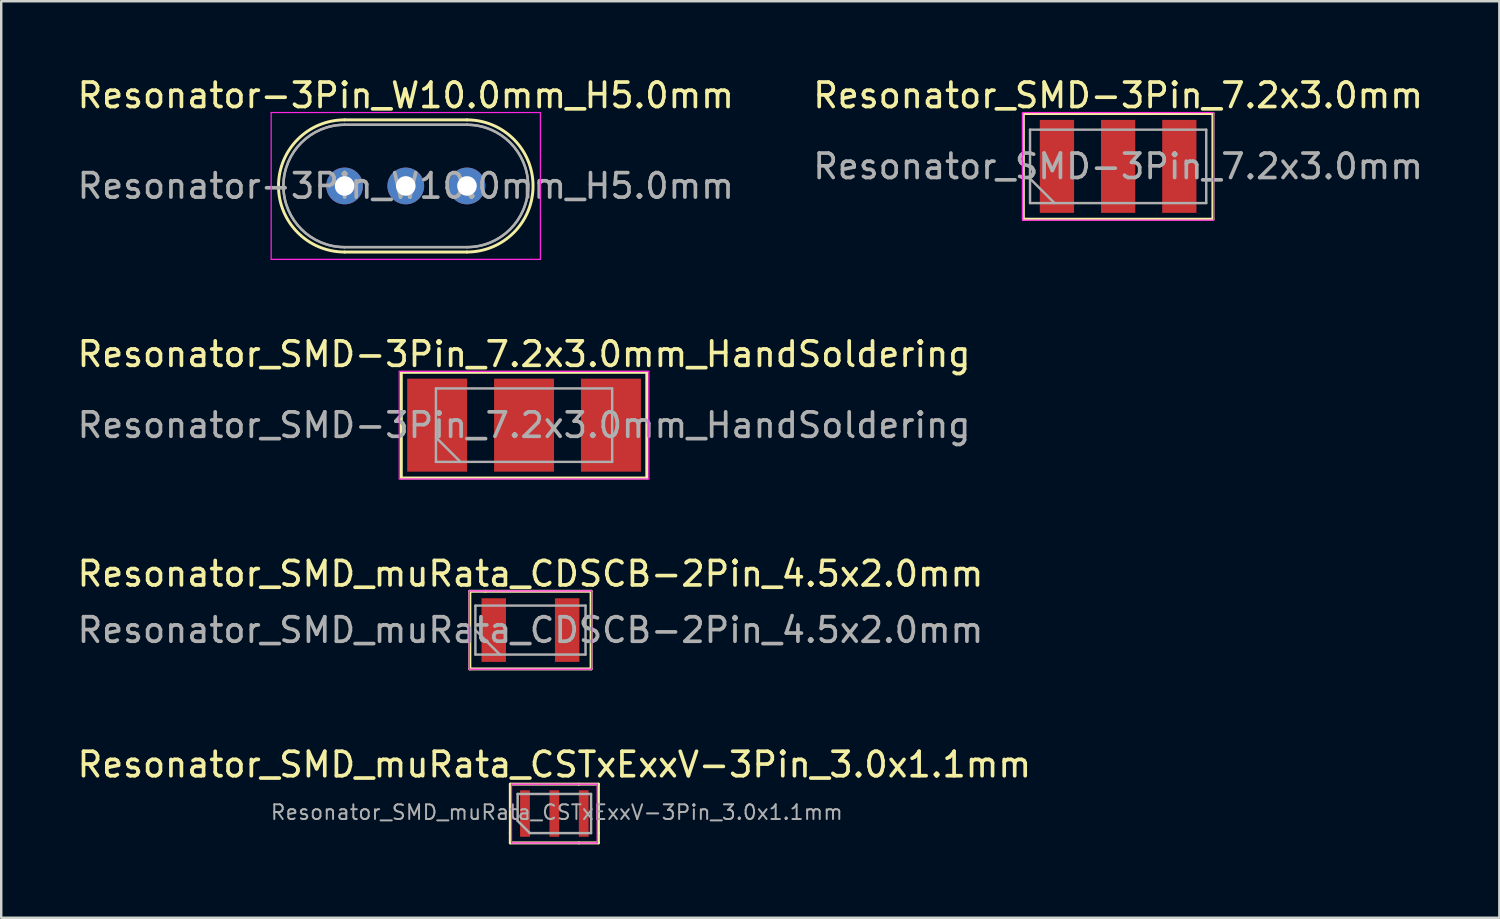
<source format=kicad_pcb>
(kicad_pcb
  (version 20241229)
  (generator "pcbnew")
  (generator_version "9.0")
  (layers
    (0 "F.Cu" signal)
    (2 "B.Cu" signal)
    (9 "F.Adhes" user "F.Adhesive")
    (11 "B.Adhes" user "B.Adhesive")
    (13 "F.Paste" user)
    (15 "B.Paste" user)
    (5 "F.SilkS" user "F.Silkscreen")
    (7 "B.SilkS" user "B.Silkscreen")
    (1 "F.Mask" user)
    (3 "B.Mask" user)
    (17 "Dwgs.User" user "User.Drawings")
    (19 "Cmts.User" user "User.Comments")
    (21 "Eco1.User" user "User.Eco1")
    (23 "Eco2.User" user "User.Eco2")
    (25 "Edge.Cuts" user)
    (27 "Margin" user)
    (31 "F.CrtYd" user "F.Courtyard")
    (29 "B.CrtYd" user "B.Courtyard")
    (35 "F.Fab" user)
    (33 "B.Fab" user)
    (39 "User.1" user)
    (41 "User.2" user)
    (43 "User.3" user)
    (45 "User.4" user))
  (footprint "Resonator_SMD_muRata_CSTxExxV-3Pin_3.0x1.1mm"
    (layer "F.Cu")
    (at 19.601 30.191)
    (property "Reference" "Resonator_SMD_muRata_CSTxExxV-3Pin_3.0x1.1mm" (at 0 -2 0) (layer "F.SilkS") (effects (font (size 1 1) (thickness 0.15))))
    (attr smd)
    (fp_line (start -1.8 -1.2) (end 1 -1.2) (stroke (width 0.12) (type solid)) (layer "F.SilkS"))
    (fp_line (start -1.8 0.8) (end -1.8 -1.2) (stroke (width 0.12) (type solid)) (layer "F.SilkS"))
    (fp_line (start -1.8 0.8) (end -1.8 1.2) (stroke (width 0.12) (type solid)) (layer "F.SilkS"))
    (fp_line (start 1 -1.2) (end 1.8 -1.2) (stroke (width 0.12) (type solid)) (layer "F.SilkS"))
    (fp_line (start 1 1.2) (end -1.8 1.2) (stroke (width 0.12) (type solid)) (layer "F.SilkS"))
    (fp_line (start 1.8 -1.2) (end 1.8 0.8) (stroke (width 0.12) (type solid)) (layer "F.SilkS"))
    (fp_line (start 1.8 0.8) (end 1.8 1.2) (stroke (width 0.12) (type solid)) (layer "F.SilkS"))
    (fp_line (start 1.8 1.2) (end 1 1.2) (stroke (width 0.12) (type solid)) (layer "F.SilkS"))
    (fp_line (start -1.75 -1.2) (end 1.75 -1.2) (stroke (width 0.05) (type solid)) (layer "F.CrtYd"))
    (fp_line (start -1.75 1.2) (end -1.75 -1.2) (stroke (width 0.05) (type solid)) (layer "F.CrtYd"))
    (fp_line (start 1.75 -1.2) (end 1.75 1.2) (stroke (width 0.05) (type solid)) (layer "F.CrtYd"))
    (fp_line (start 1.75 1.2) (end -1.75 1.2) (stroke (width 0.05) (type solid)) (layer "F.CrtYd"))
    (fp_line (start -1.5 0.3) (end -1.5 -0.8) (stroke (width 0.1) (type solid)) (layer "F.Fab"))
    (fp_line (start -1 0.8) (end -1.5 0.3) (stroke (width 0.1) (type solid)) (layer "F.Fab"))
    (fp_line (start -1 0.8) (end 1.5 0.8) (stroke (width 0.1) (type solid)) (layer "F.Fab"))
    (fp_line (start 1.5 -0.8) (end -1.5 -0.8) (stroke (width 0.1) (type solid)) (layer "F.Fab"))
    (fp_line (start 1.5 0.8) (end 1.5 -0.8) (stroke (width 0.1) (type solid)) (layer "F.Fab"))
    (fp_text user "${REFERENCE}" (at 0.1 -0.05 0) (layer "F.Fab") (effects (font (size 0.6 0.6) (thickness 0.08))))
    (pad "1" smd rect (at -1.2 0) (size 0.4 1.9) (layers "F.Cu" "F.Mask" "F.Paste"))
    (pad "2" smd rect (at 0 0) (size 0.4 1.9) (layers "F.Cu" "F.Mask" "F.Paste"))
    (pad "3" smd rect (at 1.2 0) (size 0.4 1.9) (layers "F.Cu" "F.Mask" "F.Paste")))
  (footprint "Resonator_SMD_muRata_CDSCB-2Pin_4.5x2.0mm"
    (layer "F.Cu")
    (at 18.625 22.695)
    (property "Reference" "Resonator_SMD_muRata_CDSCB-2Pin_4.5x2.0mm" (at 0 -2.3 0) (layer "F.SilkS") (effects (font (size 1 1) (thickness 0.15))))
    (attr smd)
    (fp_line (start -2.477 -1.587) (end -2.477 1.587) (stroke (width 0.12) (type solid)) (layer "F.SilkS"))
    (fp_line (start -2.477 1.587) (end 2.477 1.587) (stroke (width 0.12) (type solid)) (layer "F.SilkS"))
    (fp_line (start -1.841 -1.587) (end -2.477 -1.587) (stroke (width 0.12) (type solid)) (layer "F.SilkS"))
    (fp_line (start 2.477 -1.587) (end -1.841 -1.587) (stroke (width 0.12) (type solid)) (layer "F.SilkS"))
    (fp_line (start 2.477 1.587) (end 2.477 -1.587) (stroke (width 0.12) (type solid)) (layer "F.SilkS"))
    (fp_line (start -2.5 -1.6) (end -2.5 1.6) (stroke (width 0.05) (type solid)) (layer "F.CrtYd"))
    (fp_line (start -2.5 1.6) (end 2.5 1.6) (stroke (width 0.05) (type solid)) (layer "F.CrtYd"))
    (fp_line (start 2.5 -1.6) (end -2.5 -1.6) (stroke (width 0.05) (type solid)) (layer "F.CrtYd"))
    (fp_line (start 2.5 1.6) (end 2.5 -1.6) (stroke (width 0.05) (type solid)) (layer "F.CrtYd"))
    (fp_line (start -2.25 -1) (end -2.25 1) (stroke (width 0.1) (type solid)) (layer "F.Fab"))
    (fp_line (start -2.25 0) (end -1.25 1) (stroke (width 0.1) (type solid)) (layer "F.Fab"))
    (fp_line (start -2.25 1) (end 2.25 1) (stroke (width 0.1) (type solid)) (layer "F.Fab"))
    (fp_line (start 2.25 -1) (end -2.25 -1) (stroke (width 0.1) (type solid)) (layer "F.Fab"))
    (fp_line (start 2.25 1) (end 2.25 -1) (stroke (width 0.1) (type solid)) (layer "F.Fab"))
    (fp_text user "${REFERENCE}" (at 0 0 0) (layer "F.Fab") (effects (font (size 1 1) (thickness 0.15))))
    (pad "1" smd rect (at -1.5 0) (size 1 2.6) (layers "F.Cu" "F.Mask" "F.Paste"))
    (pad "2" smd rect (at 1.5 0) (size 1 2.6) (layers "F.Cu" "F.Mask" "F.Paste")))
  (footprint "Resonator_SMD-3Pin_7.2x3.0mm_HandSoldering"
    (layer "F.Cu")
    (at 18.363 14.322)
    (property "Reference" "Resonator_SMD-3Pin_7.2x3.0mm_HandSoldering" (at 0 -2.9 0) (layer "F.SilkS") (effects (font (size 1 1) (thickness 0.15))))
    (attr smd)
    (fp_line (start -5.016 -2.159) (end 5.016 -2.159) (stroke (width 0.12) (type solid)) (layer "F.SilkS"))
    (fp_line (start -5.016 2.159) (end -5.016 -2.159) (stroke (width 0.12) (type solid)) (layer "F.SilkS"))
    (fp_line (start 5.016 -2.159) (end 5.016 2.159) (stroke (width 0.12) (type solid)) (layer "F.SilkS"))
    (fp_line (start 5.016 2.159) (end -5.016 2.159) (stroke (width 0.12) (type solid)) (layer "F.SilkS"))
    (fp_line (start -5.1 -2.2) (end -5.1 2.2) (stroke (width 0.05) (type solid)) (layer "F.CrtYd"))
    (fp_line (start -5.1 2.2) (end 5.1 2.2) (stroke (width 0.05) (type solid)) (layer "F.CrtYd"))
    (fp_line (start 5.1 -2.2) (end -5.1 -2.2) (stroke (width 0.05) (type solid)) (layer "F.CrtYd"))
    (fp_line (start 5.1 2.2) (end 5.1 -2.2) (stroke (width 0.05) (type solid)) (layer "F.CrtYd"))
    (fp_line (start -3.6 -1.5) (end -3.6 1.5) (stroke (width 0.1) (type solid)) (layer "F.Fab"))
    (fp_line (start -3.6 0.5) (end -2.6 1.5) (stroke (width 0.1) (type solid)) (layer "F.Fab"))
    (fp_line (start -3.6 1.5) (end 3.6 1.5) (stroke (width 0.1) (type solid)) (layer "F.Fab"))
    (fp_line (start 3.6 -1.5) (end -3.6 -1.5) (stroke (width 0.1) (type solid)) (layer "F.Fab"))
    (fp_line (start 3.6 1.5) (end 3.6 -1.5) (stroke (width 0.1) (type solid)) (layer "F.Fab"))
    (fp_text user "${REFERENCE}" (at 0 0 0) (layer "F.Fab") (effects (font (size 1 1) (thickness 0.15))))
    (pad "1" smd rect (at -3.55 0) (size 2.45 3.8) (layers "F.Cu" "F.Mask" "F.Paste"))
    (pad "2" smd rect (at 0 0) (size 2.45 3.8) (layers "F.Cu" "F.Mask" "F.Paste"))
    (pad "3" smd rect (at 3.55 0) (size 2.45 3.8) (layers "F.Cu" "F.Mask" "F.Paste")))
  (footprint "Resonator-3Pin_W10.0mm_H5.0mm"
    (layer "F.Cu")
    (at 11.03 4.548)
    (property "Reference" "Resonator-3Pin_W10.0mm_H5.0mm" (at 2.5 -3.7 0) (layer "F.SilkS") (effects (font (size 1 1) (thickness 0.15))))
    (attr through_hole)
    (fp_line (start 0 -2.7) (end 5 -2.7) (stroke (width 0.12) (type solid)) (layer "F.SilkS"))
    (fp_line (start 0 2.7) (end 5 2.7) (stroke (width 0.12) (type solid)) (layer "F.SilkS"))
    (fp_arc (start 0 2.7) (mid -2.7 0) (end 0 -2.7) (stroke (width 0.12) (type solid)) (layer "F.SilkS"))
    (fp_arc (start 5 -2.7) (mid 7.7 0) (end 5 2.7) (stroke (width 0.12) (type solid)) (layer "F.SilkS"))
    (fp_line (start -3 -3) (end -3 3) (stroke (width 0.05) (type solid)) (layer "F.CrtYd"))
    (fp_line (start -3 3) (end 8 3) (stroke (width 0.05) (type solid)) (layer "F.CrtYd"))
    (fp_line (start 8 -3) (end -3 -3) (stroke (width 0.05) (type solid)) (layer "F.CrtYd"))
    (fp_line (start 8 3) (end 8 -3) (stroke (width 0.05) (type solid)) (layer "F.CrtYd"))
    (fp_line (start 0 -2.5) (end 5 -2.5) (stroke (width 0.1) (type solid)) (layer "F.Fab"))
    (fp_line (start 0 -2.5) (end 5 -2.5) (stroke (width 0.1) (type solid)) (layer "F.Fab"))
    (fp_line (start 0 2.5) (end 5 2.5) (stroke (width 0.1) (type solid)) (layer "F.Fab"))
    (fp_line (start 0 2.5) (end 5 2.5) (stroke (width 0.1) (type solid)) (layer "F.Fab"))
    (fp_arc (start 0 2.5) (mid -2.5 0) (end 0 -2.5) (stroke (width 0.1) (type solid)) (layer "F.Fab"))
    (fp_arc (start 0 2.5) (mid -2.5 0) (end 0 -2.5) (stroke (width 0.1) (type solid)) (layer "F.Fab"))
    (fp_arc (start 5 -2.5) (mid 7.5 0) (end 5 2.5) (stroke (width 0.1) (type solid)) (layer "F.Fab"))
    (fp_arc (start 5 -2.5) (mid 7.5 0) (end 5 2.5) (stroke (width 0.1) (type solid)) (layer "F.Fab"))
    (fp_text user "${REFERENCE}" (at 2.5 0 0) (layer "F.Fab") (effects (font (size 1 1) (thickness 0.15))))
    (pad "1" thru_hole circle (at 0 0) (size 1.5 1.5) (drill 0.8) (layers "*.Cu" "*.Mask"))
    (pad "2" thru_hole circle (at 2.5 0) (size 1.5 1.5) (drill 0.8) (layers "*.Cu" "*.Mask"))
    (pad "3" thru_hole circle (at 5 0) (size 1.5 1.5) (drill 0.8) (layers "*.Cu" "*.Mask")))
  (footprint "Resonator_SMD-3Pin_7.2x3.0mm"
    (layer "F.Cu")
    (at 42.637 3.748)
    (property "Reference" "Resonator_SMD-3Pin_7.2x3.0mm" (at 0 -2.9 0) (layer "F.SilkS") (effects (font (size 1 1) (thickness 0.15))))
    (attr smd)
    (fp_line (start -3.873 -2.159) (end -3.873 2.159) (stroke (width 0.12) (type solid)) (layer "F.SilkS"))
    (fp_line (start -3.873 2.159) (end 3.873 2.159) (stroke (width 0.12) (type solid)) (layer "F.SilkS"))
    (fp_line (start 3.873 -2.159) (end -3.873 -2.159) (stroke (width 0.12) (type solid)) (layer "F.SilkS"))
    (fp_line (start 3.873 2.159) (end 3.873 -2.159) (stroke (width 0.12) (type solid)) (layer "F.SilkS"))
    (fp_line (start -3.9 -2.2) (end -3.9 2.2) (stroke (width 0.05) (type solid)) (layer "F.CrtYd"))
    (fp_line (start -3.9 2.2) (end 3.9 2.2) (stroke (width 0.05) (type solid)) (layer "F.CrtYd"))
    (fp_line (start 3.9 -2.2) (end -3.9 -2.2) (stroke (width 0.05) (type solid)) (layer "F.CrtYd"))
    (fp_line (start 3.9 2.2) (end 3.9 -2.2) (stroke (width 0.05) (type solid)) (layer "F.CrtYd"))
    (fp_line (start -3.6 -1.5) (end -3.6 1.5) (stroke (width 0.1) (type solid)) (layer "F.Fab"))
    (fp_line (start -3.6 0.5) (end -2.6 1.5) (stroke (width 0.1) (type solid)) (layer "F.Fab"))
    (fp_line (start -3.6 1.5) (end 3.6 1.5) (stroke (width 0.1) (type solid)) (layer "F.Fab"))
    (fp_line (start 3.6 -1.5) (end -3.6 -1.5) (stroke (width 0.1) (type solid)) (layer "F.Fab"))
    (fp_line (start 3.6 1.5) (end 3.6 -1.5) (stroke (width 0.1) (type solid)) (layer "F.Fab"))
    (fp_text user "${REFERENCE}" (at 0 0 0) (layer "F.Fab") (effects (font (size 1 1) (thickness 0.15))))
    (pad "1" smd rect (at -2.5 0) (size 1.4 3.8) (layers "F.Cu" "F.Mask" "F.Paste"))
    (pad "2" smd rect (at 0 0) (size 1.4 3.8) (layers "F.Cu" "F.Mask" "F.Paste"))
    (pad "3" smd rect (at 2.5 0) (size 1.4 3.8) (layers "F.Cu" "F.Mask" "F.Paste")))
  (gr_rect
    (start -3 -3)
    (end 58.214 34.45)
    (stroke (width 0.1) (type default))
    (fill no)
    (layer "Edge.Cuts")))
</source>
